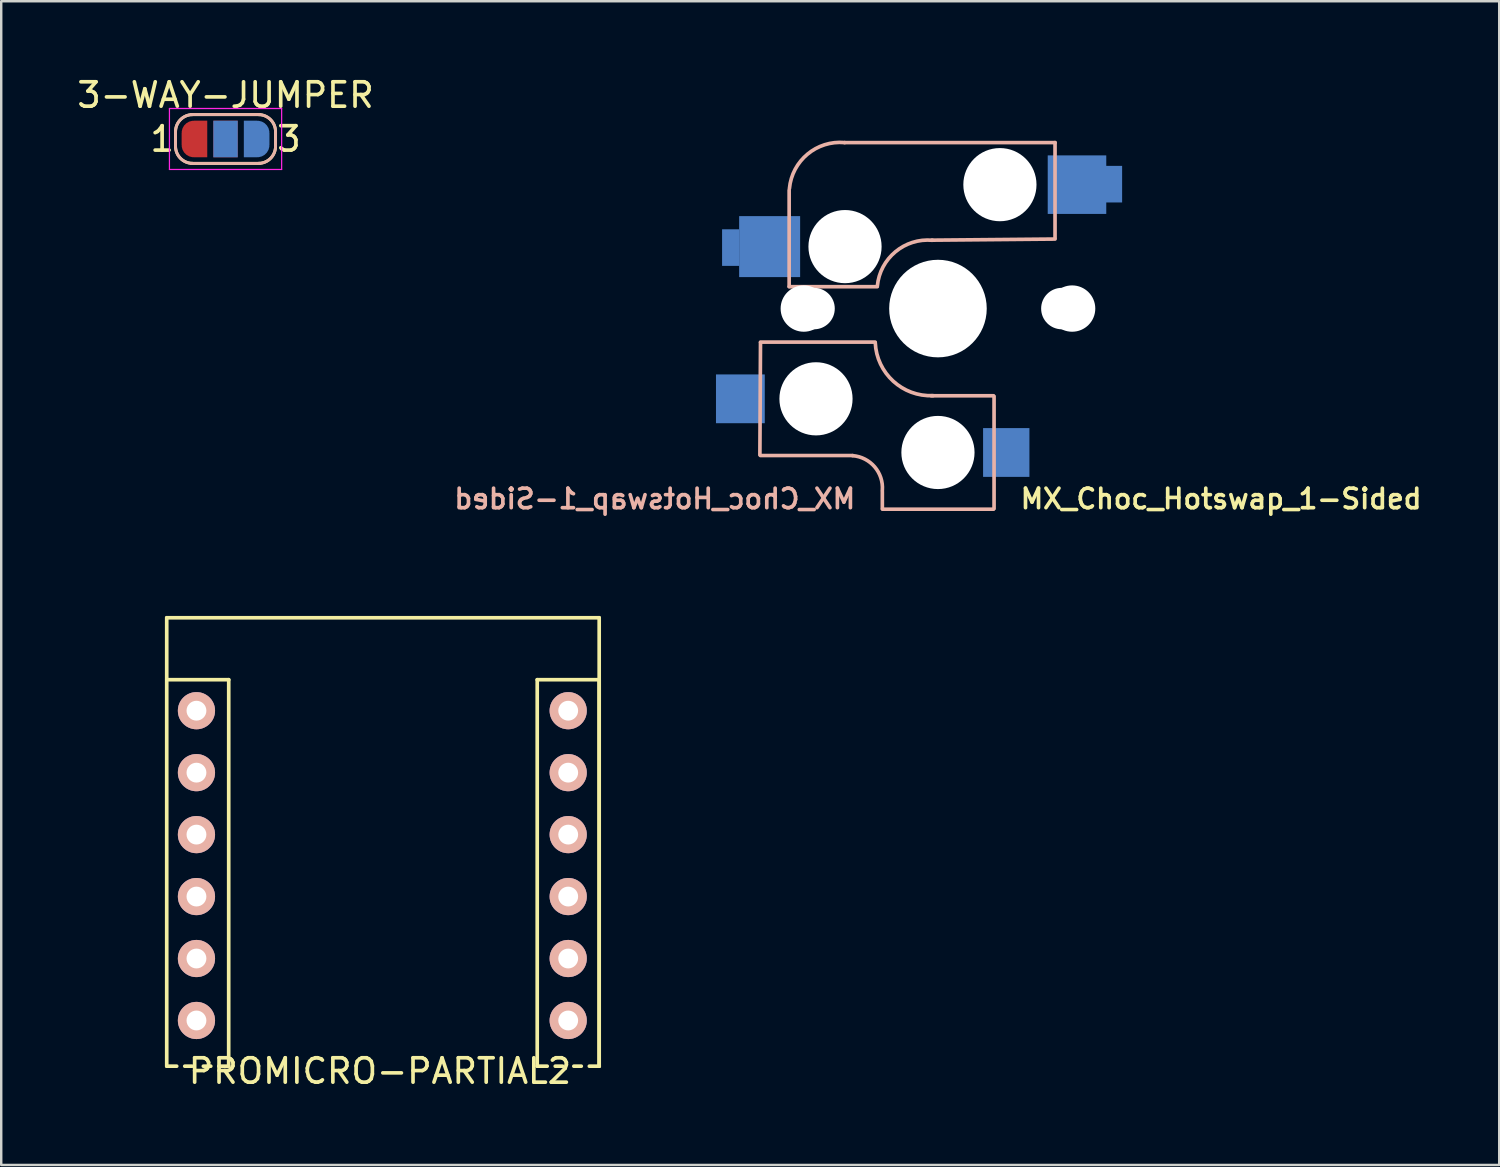
<source format=kicad_pcb>
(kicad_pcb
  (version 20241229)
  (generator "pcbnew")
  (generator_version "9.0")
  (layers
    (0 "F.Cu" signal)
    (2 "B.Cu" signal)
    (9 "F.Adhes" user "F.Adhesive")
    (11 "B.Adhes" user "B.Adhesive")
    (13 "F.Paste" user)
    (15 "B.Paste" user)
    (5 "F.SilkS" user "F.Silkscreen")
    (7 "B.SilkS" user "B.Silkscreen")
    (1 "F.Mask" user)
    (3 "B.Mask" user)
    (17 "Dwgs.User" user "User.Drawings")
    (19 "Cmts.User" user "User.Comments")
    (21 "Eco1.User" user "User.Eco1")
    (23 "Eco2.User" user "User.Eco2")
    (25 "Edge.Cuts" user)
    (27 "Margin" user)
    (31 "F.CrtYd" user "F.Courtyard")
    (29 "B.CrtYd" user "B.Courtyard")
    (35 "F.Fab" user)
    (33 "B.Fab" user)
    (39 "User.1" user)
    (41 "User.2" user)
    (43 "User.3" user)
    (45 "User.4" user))
  (footprint "3-WAY-JUMPER"
    (layer "F.Cu")
    (at 6.196 2.648)
    (property "Reference" "3-WAY-JUMPER" (at 0 -1.8 0) (layer "F.SilkS") (effects (font (size 1 1) (thickness 0.15))))
    (attr exclude_from_pos_files exclude_from_bom)
    (fp_line (start -2.05 0.3) (end -2.05 -0.3) (stroke (width 0.12) (type solid)) (layer "F.SilkS"))
    (fp_line (start -1.4 -1) (end 1.4 -1) (stroke (width 0.12) (type solid)) (layer "F.SilkS"))
    (fp_line (start 1.4 1) (end -1.4 1) (stroke (width 0.12) (type solid)) (layer "F.SilkS"))
    (fp_line (start 2.05 -0.3) (end 2.05 0.3) (stroke (width 0.12) (type solid)) (layer "F.SilkS"))
    (fp_arc (start -2.05 -0.3) (mid -1.844975 -0.794975) (end -1.35 -1) (stroke (width 0.12) (type solid)) (layer "F.SilkS"))
    (fp_arc (start -1.35 1) (mid -1.844975 0.794975) (end -2.05 0.3) (stroke (width 0.12) (type solid)) (layer "F.SilkS"))
    (fp_arc (start 1.35 -1) (mid 1.844975 -0.794975) (end 2.05 -0.3) (stroke (width 0.12) (type solid)) (layer "F.SilkS"))
    (fp_arc (start 2.05 0.3) (mid 1.844975 0.794975) (end 1.35 1) (stroke (width 0.12) (type solid)) (layer "F.SilkS"))
    (fp_line (start -2.05 0.3) (end -2.05 -0.3) (stroke (width 0.12) (type solid)) (layer "B.SilkS"))
    (fp_line (start -1.4 -1) (end 1.4 -1) (stroke (width 0.12) (type solid)) (layer "B.SilkS"))
    (fp_line (start 1.4 1) (end -1.4 1) (stroke (width 0.12) (type solid)) (layer "B.SilkS"))
    (fp_line (start 2.05 -0.3) (end 2.05 0.3) (stroke (width 0.12) (type solid)) (layer "B.SilkS"))
    (fp_arc (start -2.05 -0.3) (mid -1.844975 -0.794975) (end -1.35 -1) (stroke (width 0.12) (type solid)) (layer "B.SilkS"))
    (fp_arc (start -1.35 1) (mid -1.844975 0.794975) (end -2.05 0.3) (stroke (width 0.12) (type solid)) (layer "B.SilkS"))
    (fp_arc (start 1.35 -1) (mid 1.844975 -0.794975) (end 2.05 -0.3) (stroke (width 0.12) (type solid)) (layer "B.SilkS"))
    (fp_arc (start 2.05 0.3) (mid 1.844975 0.794975) (end 1.35 1) (stroke (width 0.12) (type solid)) (layer "B.SilkS"))
    (fp_line (start -2.3 -1.25) (end -2.3 1.25) (stroke (width 0.05) (type solid)) (layer "F.CrtYd"))
    (fp_line (start -2.3 -1.25) (end 2.3 -1.25) (stroke (width 0.05) (type solid)) (layer "F.CrtYd"))
    (fp_line (start 2.3 1.25) (end -2.3 1.25) (stroke (width 0.05) (type solid)) (layer "F.CrtYd"))
    (fp_line (start 2.3 1.25) (end 2.3 -1.25) (stroke (width 0.05) (type solid)) (layer "F.CrtYd"))
    (fp_text user "3" (at 2.6 0 0) (layer "F.SilkS") (effects (font (size 1 1) (thickness 0.15))))
    (fp_text user "1" (at -2.6 0 0) (layer "F.SilkS") (effects (font (size 1 1) (thickness 0.15))))
    (pad "1" smd custom (at -1.3 0) (size 1 0.5) (layers "F.Cu" "F.Mask") (options (anchor rect)) (primitives (gr_circle (center 0 0.25) (end 0.5 0.25) (width 0) (fill yes)) (gr_circle (center 0 -0.25) (end 0.5 -0.25) (width 0) (fill yes)) (gr_poly (pts (xy 0.55 -0.75) (xy 0 -0.75) (xy 0 0.75) (xy 0.55 0.75)) (width 0) (fill yes))))
    (pad "2" smd rect (at 0 0) (size 1 1.5) (layers "F.Cu" "F.Mask"))
    (pad "2" smd rect (at 0 0) (size 1 1.5) (layers "B.Cu" "B.Mask"))
    (pad "3" smd custom (at 1.3 0) (size 1 0.5) (layers "B.Cu" "B.Mask") (options (anchor rect)) (primitives (gr_circle (center 0 0.25) (end 0.5 0.25) (width 0) (fill yes)) (gr_circle (center 0 -0.25) (end 0.5 -0.25) (width 0) (fill yes)) (gr_poly (pts (xy -0.55 -0.75) (xy 0 -0.75) (xy 0 0.75) (xy -0.55 0.75)) (width 0) (fill yes)))))
  (footprint "MX_Choc_Hotswap_1-Sided"
    (layer "F.Cu")
    (at 35.402 9.6)
    (property "Reference" "MX_Choc_Hotswap_1-Sided" (at 3.3 7.8 0) (layer "F.SilkS") (effects (font (size 0.8 0.8) (thickness 0.15)) (justify left)))
    (attr smd)
    (fp_line (start -7.275 1.4) (end -7.3 6) (stroke (width 0.15) (type solid)) (layer "B.SilkS"))
    (fp_line (start -6.1 -4.85) (end -6.1 -0.905) (stroke (width 0.15) (type solid)) (layer "B.SilkS"))
    (fp_line (start -6.1 -0.896) (end -2.49 -0.896) (stroke (width 0.15) (type solid)) (layer "B.SilkS"))
    (fp_line (start -3.5 6.025) (end -7.275 6.025) (stroke (width 0.15) (type solid)) (layer "B.SilkS"))
    (fp_line (start -2.575 1.375) (end -7.275 1.375) (stroke (width 0.15) (type solid)) (layer "B.SilkS"))
    (fp_line (start -2.28 7.5) (end -2.28 8.2) (stroke (width 0.15) (type solid)) (layer "B.SilkS"))
    (fp_line (start 2.275 3.575) (end -0.275 3.575) (stroke (width 0.15) (type solid)) (layer "B.SilkS"))
    (fp_line (start 2.275 8.225) (end -2.275 8.225) (stroke (width 0.15) (type solid)) (layer "B.SilkS"))
    (fp_line (start 2.3 3.6) (end 2.3 8.2) (stroke (width 0.15) (type solid)) (layer "B.SilkS"))
    (fp_line (start 4.8 -6.804) (end -3.825 -6.804) (stroke (width 0.15) (type solid)) (layer "B.SilkS"))
    (fp_line (start 4.8 -2.896) (end 4.8 -6.804) (stroke (width 0.15) (type solid)) (layer "B.SilkS"))
    (fp_line (start 4.8 -2.85) (end -0.25 -2.804) (stroke (width 0.15) (type solid)) (layer "B.SilkS"))
    (fp_arc (start -6.089 -4.92) (mid -5.347189 -6.33089) (end -3.825 -6.804) (stroke (width 0.15) (type solid)) (layer "B.SilkS"))
    (fp_arc (start -3.5 6.03) (mid -2.595908 6.48733) (end -2.28 7.45) (stroke (width 0.15) (type solid)) (layer "B.SilkS"))
    (fp_arc (start -2.484999 -0.920001) (mid -1.74436 -2.328062) (end -0.225 -2.8) (stroke (width 0.15) (type solid)) (layer "B.SilkS"))
    (fp_arc (start -0.2 3.57) (mid -1.834422 2.975843) (end -2.57 1.4) (stroke (width 0.15) (type solid)) (layer "B.SilkS"))
    (fp_line (start -9.525 -9.525) (end 9.525 -9.525) (stroke (width 0.15) (type solid)) (layer "Eco2.User"))
    (fp_line (start -9.525 9.525) (end -9.525 -9.525) (stroke (width 0.15) (type solid)) (layer "Eco2.User"))
    (fp_line (start -7.8 -7.8) (end 7.8 -7.8) (stroke (width 0.15) (type solid)) (layer "Eco2.User"))
    (fp_line (start -7.8 7.8) (end -7.8 -7.8) (stroke (width 0.15) (type solid)) (layer "Eco2.User"))
    (fp_line (start 7.8 -7.8) (end 7.8 7.8) (stroke (width 0.15) (type solid)) (layer "Eco2.User"))
    (fp_line (start 7.8 7.8) (end -7.8 7.8) (stroke (width 0.15) (type solid)) (layer "Eco2.User"))
    (fp_line (start 9.525 -9.525) (end 9.525 9.525) (stroke (width 0.15) (type solid)) (layer "Eco2.User"))
    (fp_line (start 9.525 9.525) (end -9.525 9.525) (stroke (width 0.15) (type solid)) (layer "Eco2.User"))
    (fp_text user "${REFERENCE}" (at -3.3 7.8 0) (layer "B.SilkS") (effects (font (size 0.8 0.8) (thickness 0.15)) (justify left mirror)))
    (pad "" np_thru_hole circle (at -5.5 0 90) (size 1.9 1.9) (drill 1.9) (layers "*.Cu" "*.Mask"))
    (pad "" np_thru_hole circle (at -5.08 0) (size 1.7 1.7) (drill 1.7) (layers "*.Cu" "*.Mask"))
    (pad "" np_thru_hole circle (at -5 3.7 90) (size 3 3) (drill 3) (layers "*.Cu" "*.Mask"))
    (pad "" np_thru_hole circle (at -3.81 -2.54 180) (size 3 3) (drill 3) (layers "*.Cu" "*.Mask"))
    (pad "" np_thru_hole circle (at 0 0 90) (size 4 4) (drill 4) (layers "*.Cu" "*.Mask"))
    (pad "" np_thru_hole circle (at 0 5.9 90) (size 3 3) (drill 3) (layers "*.Cu" "*.Mask"))
    (pad "" np_thru_hole circle (at 2.54 -5.08 180) (size 3 3) (drill 3) (layers "*.Cu" "*.Mask"))
    (pad "" np_thru_hole circle (at 5.08 0) (size 1.7 1.7) (drill 1.7) (layers "*.Cu" "*.Mask"))
    (pad "" np_thru_hole circle (at 5.5 0 90) (size 1.9 1.9) (drill 1.9) (layers "*.Cu" "*.Mask"))
    (pad "1" smd rect (at -8.5 -2.5) (size 0.7 1.5) (layers "B.Cu" "B.Mask" "B.Paste"))
    (pad "1" smd rect (at -8.1 3.7 180) (size 2 2) (layers "B.Cu" "B.Mask" "B.Paste"))
    (pad "1" smd rect (at -6.9 -2.54 180) (size 2.5 2.5) (layers "B.Cu" "B.Mask" "B.Paste"))
    (pad "2" smd rect (at 2.8 5.9 180) (size 1.9 2) (layers "B.Cu" "B.Mask" "B.Paste"))
    (pad "2" smd rect (at 5.7 -5.08 180) (size 2.4 2.4) (layers "B.Cu" "B.Mask" "B.Paste"))
    (pad "2" smd rect (at 7.2 -5.1) (size 0.7 1.5) (layers "B.Cu" "B.Mask" "B.Paste")))
  (footprint "PROMICRO-PARTIAL2"
    (layer "F.Cu")
    (at 12.525 39.659)
    (property "Reference" "PROMICRO-PARTIAL2" (at 0 1.2 0) (layer "F.SilkS") (effects (font (size 1 1) (thickness 0.15))))
    (attr through_hole)
    (fp_line (start -8.74 -17.384) (end -8.74 1) (stroke (width 0.15) (type solid)) (layer "F.SilkS"))
    (fp_line (start -8.738 1) (end -8.331 1) (stroke (width 0.15) (type solid)) (layer "F.SilkS"))
    (fp_line (start -7.696 1) (end -8.001 1) (stroke (width 0.15) (type solid)) (layer "F.SilkS"))
    (fp_line (start -7.239 1) (end -6.934 1) (stroke (width 0.15) (type solid)) (layer "F.SilkS"))
    (fp_line (start -6.604 1) (end -6.198 1) (stroke (width 0.15) (type solid)) (layer "F.SilkS"))
    (fp_line (start -6.2 1) (end -6.198 -14.844) (stroke (width 0.15) (type solid)) (layer "F.SilkS"))
    (fp_line (start -6.198 -14.844) (end -8.738 -14.844) (stroke (width 0.15) (type solid)) (layer "F.SilkS"))
    (fp_line (start 6.449 -14.844) (end 6.449 1) (stroke (width 0.15) (type solid)) (layer "F.SilkS"))
    (fp_line (start 6.452 1) (end 6.858 1) (stroke (width 0.15) (type solid)) (layer "F.SilkS"))
    (fp_line (start 7.493 1) (end 7.188 1) (stroke (width 0.15) (type solid)) (layer "F.SilkS"))
    (fp_line (start 7.95 1) (end 8.255 1) (stroke (width 0.15) (type solid)) (layer "F.SilkS"))
    (fp_line (start 8.585 1) (end 8.992 1) (stroke (width 0.15) (type solid)) (layer "F.SilkS"))
    (fp_line (start 8.989 -17.384) (end -8.738 -17.384) (stroke (width 0.15) (type solid)) (layer "F.SilkS"))
    (fp_line (start 8.989 -14.844) (end 6.449 -14.844) (stroke (width 0.15) (type solid)) (layer "F.SilkS"))
    (fp_line (start 8.989 1) (end 8.989 -17.384) (stroke (width 0.15) (type solid)) (layer "F.SilkS"))
    (fp_line (start 8.989 1) (end 8.989 -14.844) (stroke (width 0.15) (type solid)) (layer "F.SilkS"))
    (fp_text user "D3" (at 10.109 -0.711 0) (layer "Eco1.User") (effects (font (size 1 1) (thickness 0.15))))
    (fp_text user "D21" (at -10.744 -3.581 0) (layer "Eco1.User") (effects (font (size 1 1) (thickness 0.15))))
    (fp_text user "VCC" (at -10.922 -6.096 0) (layer "Eco1.User") (effects (font (size 1 1) (thickness 0.15))))
    (fp_text user "GND" (at -10.77 -11.151 0) (layer "Eco1.User") (effects (font (size 1 1) (thickness 0.15))))
    (fp_text user "D20" (at -10.947 -0.737 0) (layer "Eco1.User") (effects (font (size 1 1) (thickness 0.15))))
    (fp_text user "GND" (at 10.668 -5.842 0) (layer "Eco1.User") (effects (font (size 1 1) (thickness 0.15))))
    (fp_text user "GND" (at 10.668 -8.611 0) (layer "Eco1.User") (effects (font (size 1 1) (thickness 0.15))))
    (fp_text user "D1" (at 10.211 -13.589 0) (layer "Eco1.User") (effects (font (size 1 1) (thickness 0.15))))
    (fp_text user "RAW" (at -10.77 -13.538 0) (layer "Eco1.User") (effects (font (size 1 1) (thickness 0.15))))
    (fp_text user "RST" (at -10.744 -8.636 0) (layer "Eco1.User") (effects (font (size 1 1) (thickness 0.15))))
    (fp_text user "D2" (at 10.109 -3.251 0) (layer "Eco1.User") (effects (font (size 1 1) (thickness 0.15))))
    (fp_text user "D0" (at 10.185 -11.074 0) (layer "Eco1.User") (effects (font (size 1 1) (thickness 0.15))))
    (pad "1" thru_hole circle (at 7.719 -13.574 180) (size 1.524 1.524) (drill 0.813) (layers "*.Cu" "*.Mask" "B.SilkS"))
    (pad "2" thru_hole circle (at 7.719 -11.034 180) (size 1.524 1.524) (drill 0.813) (layers "*.Cu" "*.Mask" "B.SilkS"))
    (pad "3" thru_hole circle (at 7.719 -8.494 180) (size 1.524 1.524) (drill 0.813) (layers "*.Cu" "*.Mask" "B.SilkS"))
    (pad "4" thru_hole circle (at 7.719 -5.954 180) (size 1.524 1.524) (drill 0.813) (layers "*.Cu" "*.Mask" "B.SilkS"))
    (pad "5" thru_hole circle (at 7.719 -3.414 180) (size 1.524 1.524) (drill 0.813) (layers "*.Cu" "*.Mask" "B.SilkS"))
    (pad "6" thru_hole circle (at 7.719 -0.874 180) (size 1.524 1.524) (drill 0.813) (layers "*.Cu" "*.Mask" "B.SilkS"))
    (pad "7" thru_hole circle (at -7.521 -13.574 180) (size 1.524 1.524) (drill 0.813) (layers "*.Cu" "*.Mask" "B.SilkS"))
    (pad "8" thru_hole circle (at -7.521 -11.034 180) (size 1.524 1.524) (drill 0.813) (layers "*.Cu" "*.Mask" "B.SilkS"))
    (pad "9" thru_hole circle (at -7.521 -8.494 180) (size 1.524 1.524) (drill 0.813) (layers "*.Cu" "*.Mask" "B.SilkS"))
    (pad "10" thru_hole circle (at -7.521 -5.954 180) (size 1.524 1.524) (drill 0.813) (layers "*.Cu" "*.Mask" "B.SilkS"))
    (pad "11" thru_hole circle (at -7.521 -3.414 180) (size 1.524 1.524) (drill 0.813) (layers "*.Cu" "*.Mask" "B.SilkS"))
    (pad "12" thru_hole circle (at -7.521 -0.874 180) (size 1.524 1.524) (drill 0.813) (layers "*.Cu" "*.Mask" "B.SilkS")))
  (gr_rect
    (start -3 -3)
    (end 58.411 44.708)
    (stroke (width 0.1) (type default))
    (fill no)
    (layer "Edge.Cuts")))
</source>
